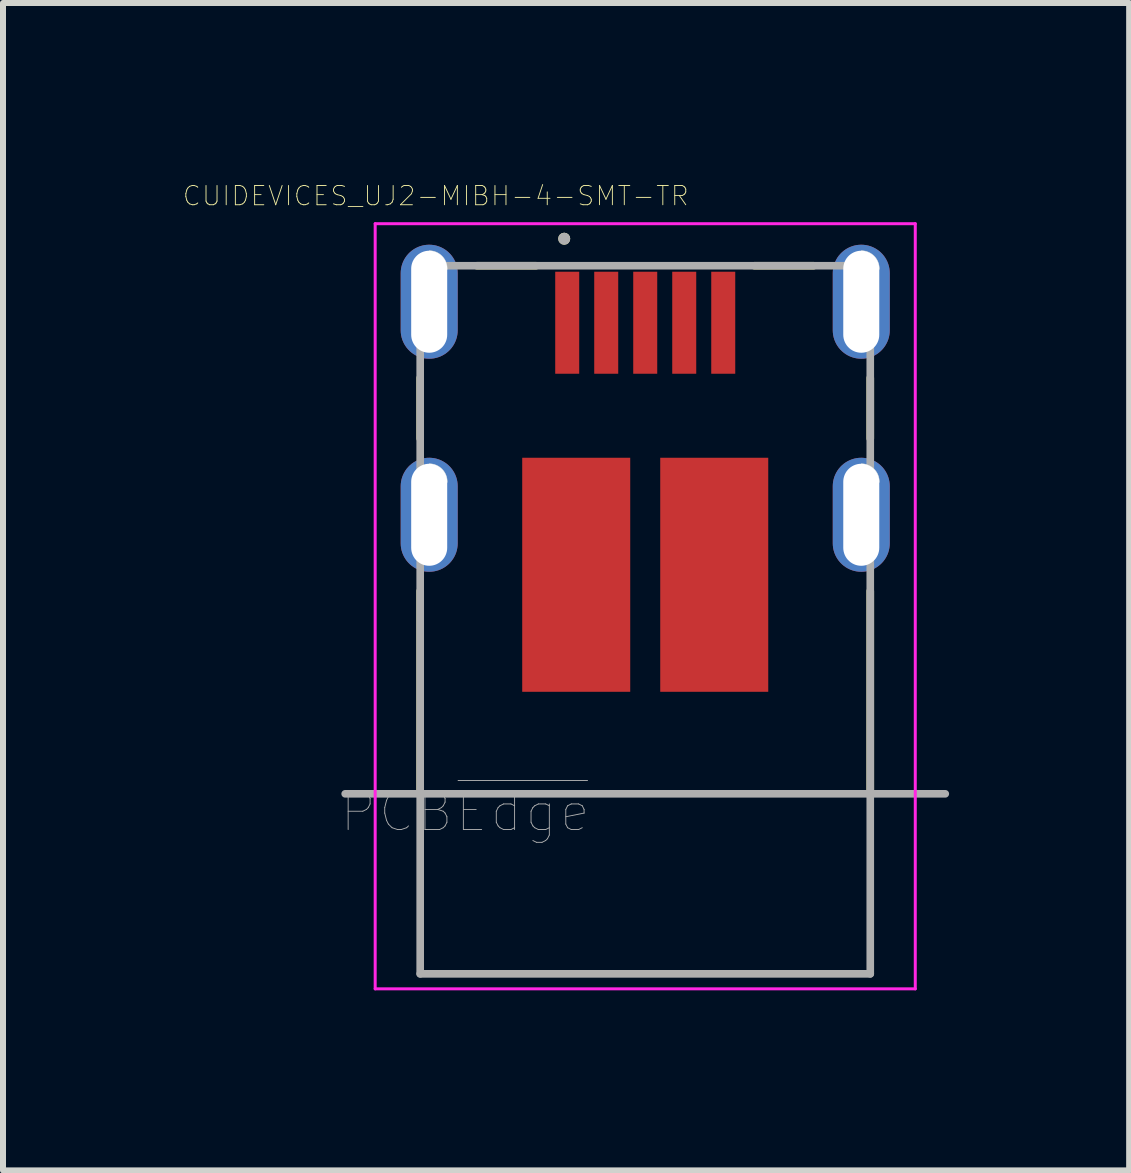
<source format=kicad_pcb>
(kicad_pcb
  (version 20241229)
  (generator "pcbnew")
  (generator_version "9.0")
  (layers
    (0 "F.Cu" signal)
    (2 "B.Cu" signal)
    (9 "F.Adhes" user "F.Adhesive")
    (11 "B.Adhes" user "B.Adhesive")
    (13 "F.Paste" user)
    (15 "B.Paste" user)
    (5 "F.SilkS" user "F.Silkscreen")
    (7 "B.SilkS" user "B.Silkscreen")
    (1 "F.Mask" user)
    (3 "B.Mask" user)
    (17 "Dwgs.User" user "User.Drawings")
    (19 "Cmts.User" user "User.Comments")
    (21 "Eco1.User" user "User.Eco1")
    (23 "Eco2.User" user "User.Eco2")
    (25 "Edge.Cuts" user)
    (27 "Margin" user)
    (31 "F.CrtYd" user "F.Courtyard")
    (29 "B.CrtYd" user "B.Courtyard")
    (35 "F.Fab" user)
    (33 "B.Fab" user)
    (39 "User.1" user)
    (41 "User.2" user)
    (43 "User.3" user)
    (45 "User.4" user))
  (footprint "CUIDEVICES_UJ2-MIBH-4-SMT-TR"
    (layer "F.Cu")
    (at 7.702 7.278)
    (property "Reference" "CUIDEVICES_UJ2-MIBH-4-SMT-TR" (at -3.49 -7.064 0) (layer "F.SilkS") (effects (font (size 0.321 0.321) (thickness 0.015))))
    (attr through_hole)
    (fp_line (start -3.75 -4.03) (end -3.75 -3.02) (stroke (width 0.127) (type solid)) (layer "F.SilkS"))
    (fp_line (start -3.75 -0.48) (end -3.75 2.9) (stroke (width 0.127) (type solid)) (layer "F.SilkS"))
    (fp_line (start -1.82 -5.9) (end -2.805 -5.9) (stroke (width 0.127) (type solid)) (layer "F.SilkS"))
    (fp_line (start 1.82 -5.9) (end 2.805 -5.9) (stroke (width 0.127) (type solid)) (layer "F.SilkS"))
    (fp_line (start 3.75 -3.02) (end 3.75 -4.03) (stroke (width 0.127) (type solid)) (layer "F.SilkS"))
    (fp_line (start 3.75 2.9) (end 3.75 -0.48) (stroke (width 0.127) (type solid)) (layer "F.SilkS"))
    (fp_circle (center -1.35 -6.35) (end -1.3 -6.35) (stroke (width 0.1) (type solid)) (fill no) (layer "F.SilkS"))
    (fp_arc (start -3.6 -6.149999) (mid -3.384304 -6.058577) (end -3.3 -5.84) (stroke (width 0.01) (type solid)) (layer "Edge.Cuts"))
    (fp_arc (start -3.6 -2.599999) (mid -3.384304 -2.508577) (end -3.3 -2.29) (stroke (width 0.01) (type solid)) (layer "Edge.Cuts"))
    (fp_arc (start 3.6 -6.149999) (mid 3.815696 -6.058577) (end 3.9 -5.84) (stroke (width 0.01) (type solid)) (layer "Edge.Cuts"))
    (fp_arc (start 3.6 -2.599999) (mid 3.815696 -2.508577) (end 3.9 -2.29) (stroke (width 0.01) (type solid)) (layer "Edge.Cuts"))
    (fp_line (start -4.5 -6.6) (end 4.5 -6.6) (stroke (width 0.05) (type solid)) (layer "F.CrtYd"))
    (fp_line (start -4.5 6.15) (end -4.5 -6.6) (stroke (width 0.05) (type solid)) (layer "F.CrtYd"))
    (fp_line (start 4.5 -6.6) (end 4.5 6.15) (stroke (width 0.05) (type solid)) (layer "F.CrtYd"))
    (fp_line (start 4.5 6.15) (end -4.5 6.15) (stroke (width 0.05) (type solid)) (layer "F.CrtYd"))
    (fp_line (start -5 2.9) (end 5 2.9) (stroke (width 0.127) (type solid)) (layer "F.Fab"))
    (fp_line (start -3.75 -5.9) (end -3.75 5.9) (stroke (width 0.127) (type solid)) (layer "F.Fab"))
    (fp_line (start -3.75 5.9) (end 3.75 5.9) (stroke (width 0.127) (type solid)) (layer "F.Fab"))
    (fp_line (start 3.75 -5.9) (end -3.75 -5.9) (stroke (width 0.127) (type solid)) (layer "F.Fab"))
    (fp_line (start 3.75 5.9) (end 3.75 -5.9) (stroke (width 0.127) (type solid)) (layer "F.Fab"))
    (fp_circle (center -1.35 -6.35) (end -1.3 -6.35) (stroke (width 0.1) (type solid)) (fill no) (layer "F.Fab"))
    (fp_text user "PCB~{Edge}" (at -3 3.2 0) (layer "F.Fab") (effects (font (size 0.64 0.64) (thickness 0.015))))
    (pad "1" smd rect (at -1.3 -4.95) (size 0.4 1.7) (layers "F.Cu" "F.Mask" "F.Paste"))
    (pad "2" smd rect (at -0.65 -4.95) (size 0.4 1.7) (layers "F.Cu" "F.Mask" "F.Paste"))
    (pad "3" smd rect (at 0 -4.95) (size 0.4 1.7) (layers "F.Cu" "F.Mask" "F.Paste"))
    (pad "4" smd rect (at 0.65 -4.95) (size 0.4 1.7) (layers "F.Cu" "F.Mask" "F.Paste"))
    (pad "5" smd rect (at 1.3 -4.95) (size 0.4 1.7) (layers "F.Cu" "F.Mask" "F.Paste"))
    (pad "P5" smd rect (at 1.15 -0.75) (size 1.8 3.9) (layers "F.Cu" "F.Mask" "F.Paste"))
    (pad "P6" smd rect (at -1.15 -0.75) (size 1.8 3.9) (layers "F.Cu" "F.Mask" "F.Paste"))
    (pad "S1" thru_hole oval (at -3.6 -5.3) (size 0.95 1.9) (drill oval 0.6 1.7) (layers "*.Cu" "*.Mask"))
    (pad "S2" thru_hole oval (at -3.6 -1.75) (size 0.95 1.9) (drill oval 0.6 1.7) (layers "*.Cu" "*.Mask"))
    (pad "S3" thru_hole oval (at 3.6 -5.3) (size 0.95 1.9) (drill oval 0.6 1.7) (layers "*.Cu" "*.Mask"))
    (pad "S4" thru_hole oval (at 3.6 -1.75) (size 0.95 1.9) (drill oval 0.6 1.7) (layers "*.Cu" "*.Mask")))
  (gr_rect
    (start -3 -3)
    (end 15.766 16.453)
    (stroke (width 0.1) (type default))
    (fill no)
    (layer "Edge.Cuts")))
</source>
